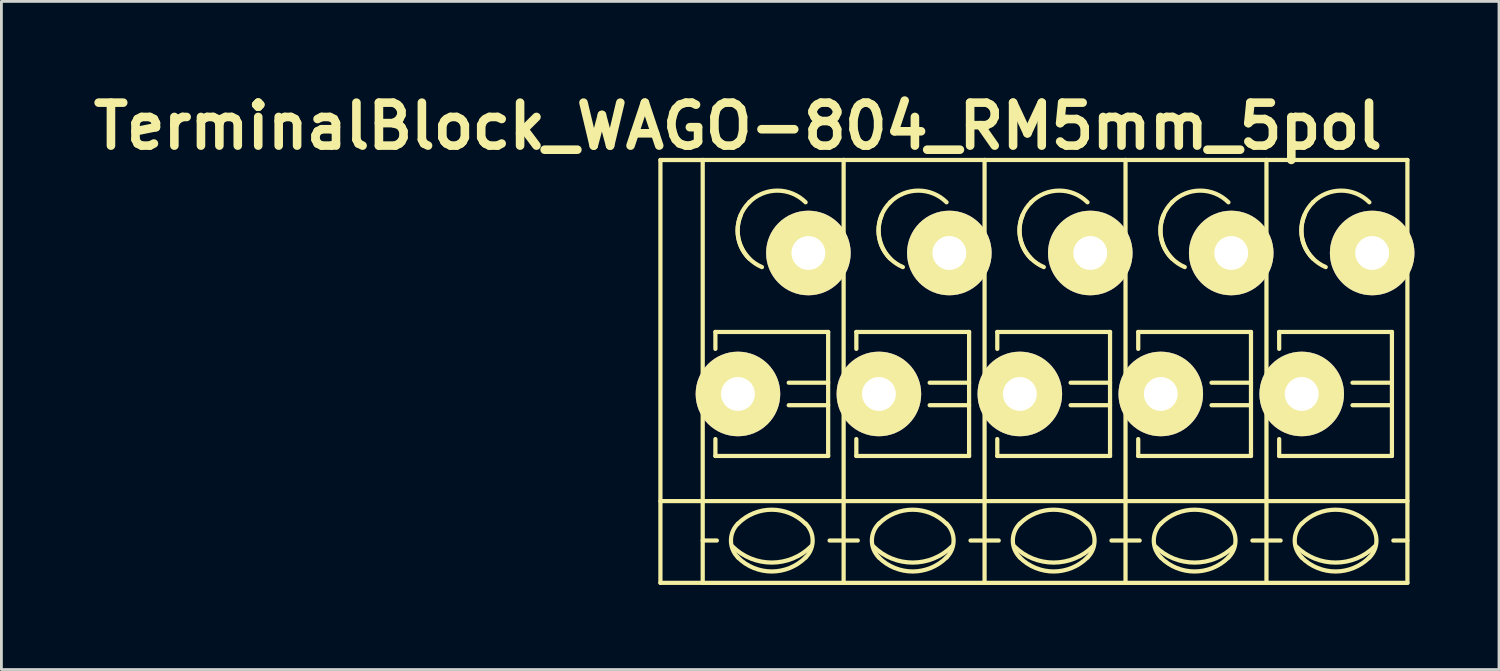
<source format=kicad_pcb>
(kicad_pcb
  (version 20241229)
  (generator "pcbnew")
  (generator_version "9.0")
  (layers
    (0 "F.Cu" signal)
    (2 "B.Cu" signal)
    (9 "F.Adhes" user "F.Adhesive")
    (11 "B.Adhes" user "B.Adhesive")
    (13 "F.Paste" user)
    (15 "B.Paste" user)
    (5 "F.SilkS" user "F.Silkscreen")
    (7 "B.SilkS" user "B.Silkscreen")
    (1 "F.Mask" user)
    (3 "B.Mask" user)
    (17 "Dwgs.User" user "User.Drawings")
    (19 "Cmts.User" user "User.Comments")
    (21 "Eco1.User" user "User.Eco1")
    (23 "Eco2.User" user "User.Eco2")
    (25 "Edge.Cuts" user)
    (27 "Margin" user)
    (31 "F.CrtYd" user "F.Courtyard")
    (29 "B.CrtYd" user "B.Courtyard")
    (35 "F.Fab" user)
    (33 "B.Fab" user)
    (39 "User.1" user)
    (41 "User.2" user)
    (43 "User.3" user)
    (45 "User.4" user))
  (footprint "TerminalBlock_WAGO-804_RM5mm_5pol"
    (layer "F.Cu")
    (at 23.129 10.926)
    (property "Reference" "TerminalBlock_WAGO-804_RM5mm_5pol" (at 0 -9.5 0) (layer "F.SilkS") (effects (font (size 1.524 1.524) (thickness 0.305))))
    (attr through_hole)
    (fp_line (start -2.75 -8.3) (end -1.25 -8.3) (stroke (width 0.15) (type solid)) (layer "F.SilkS"))
    (fp_line (start -2.75 6.7) (end -2.75 -8.3) (stroke (width 0.15) (type solid)) (layer "F.SilkS"))
    (fp_line (start -1.25 6.7) (end -2.75 6.7) (stroke (width 0.15) (type solid)) (layer "F.SilkS"))
    (fp_line (start -1.25 5.199) (end -0.749 5.199) (stroke (width 0.15) (type solid)) (layer "F.SilkS"))
    (fp_line (start -1.25 6.701) (end -1.25 -8.301) (stroke (width 0.15) (type solid)) (layer "F.SilkS"))
    (fp_line (start -0.8 -2.2) (end -0.8 -1.6) (stroke (width 0.15) (type solid)) (layer "F.SilkS"))
    (fp_line (start -0.8 -2.2) (end 3.2 -2.2) (stroke (width 0.15) (type solid)) (layer "F.SilkS"))
    (fp_line (start -0.8 2.2) (end -0.8 1.6) (stroke (width 0.15) (type solid)) (layer "F.SilkS"))
    (fp_line (start 3.2 -2.2) (end 3.2 2.2) (stroke (width 0.15) (type solid)) (layer "F.SilkS"))
    (fp_line (start 3.2 -0.399) (end 1.801 -0.399) (stroke (width 0.15) (type solid)) (layer "F.SilkS"))
    (fp_line (start 3.2 0.399) (end 1.801 0.399) (stroke (width 0.15) (type solid)) (layer "F.SilkS"))
    (fp_line (start 3.2 2.2) (end -0.8 2.2) (stroke (width 0.15) (type solid)) (layer "F.SilkS"))
    (fp_line (start 3.749 -8.301) (end -1.25 -8.301) (stroke (width 0.15) (type solid)) (layer "F.SilkS"))
    (fp_line (start 3.749 -8.301) (end 3.749 6.701) (stroke (width 0.15) (type solid)) (layer "F.SilkS"))
    (fp_line (start 3.749 5.199) (end 3.251 5.199) (stroke (width 0.15) (type solid)) (layer "F.SilkS"))
    (fp_line (start 3.749 6.701) (end -1.25 6.701) (stroke (width 0.15) (type solid)) (layer "F.SilkS"))
    (fp_line (start 3.75 3.8) (end -2.75 3.8) (stroke (width 0.15) (type solid)) (layer "F.SilkS"))
    (fp_line (start 3.75 3.8) (end 8.75 3.8) (stroke (width 0.15) (type solid)) (layer "F.SilkS"))
    (fp_line (start 3.75 5.199) (end 4.251 5.199) (stroke (width 0.15) (type solid)) (layer "F.SilkS"))
    (fp_line (start 4.2 -2.2) (end 4.2 -1.6) (stroke (width 0.15) (type solid)) (layer "F.SilkS"))
    (fp_line (start 4.2 -2.2) (end 8.2 -2.2) (stroke (width 0.15) (type solid)) (layer "F.SilkS"))
    (fp_line (start 4.2 2.2) (end 4.2 1.6) (stroke (width 0.15) (type solid)) (layer "F.SilkS"))
    (fp_line (start 8.2 -2.2) (end 8.2 2.2) (stroke (width 0.15) (type solid)) (layer "F.SilkS"))
    (fp_line (start 8.2 -0.399) (end 6.801 -0.399) (stroke (width 0.15) (type solid)) (layer "F.SilkS"))
    (fp_line (start 8.2 0.399) (end 6.801 0.399) (stroke (width 0.15) (type solid)) (layer "F.SilkS"))
    (fp_line (start 8.2 2.2) (end 4.2 2.2) (stroke (width 0.15) (type solid)) (layer "F.SilkS"))
    (fp_line (start 8.749 -8.301) (end 3.75 -8.301) (stroke (width 0.15) (type solid)) (layer "F.SilkS"))
    (fp_line (start 8.749 -8.301) (end 8.749 6.701) (stroke (width 0.15) (type solid)) (layer "F.SilkS"))
    (fp_line (start 8.749 5.199) (end 8.251 5.199) (stroke (width 0.15) (type solid)) (layer "F.SilkS"))
    (fp_line (start 8.749 6.701) (end 3.75 6.701) (stroke (width 0.15) (type solid)) (layer "F.SilkS"))
    (fp_line (start 8.75 3.8) (end 13.75 3.8) (stroke (width 0.15) (type solid)) (layer "F.SilkS"))
    (fp_line (start 8.75 5.199) (end 9.251 5.199) (stroke (width 0.15) (type solid)) (layer "F.SilkS"))
    (fp_line (start 9.2 -2.2) (end 9.2 -1.6) (stroke (width 0.15) (type solid)) (layer "F.SilkS"))
    (fp_line (start 9.2 -2.2) (end 13.2 -2.2) (stroke (width 0.15) (type solid)) (layer "F.SilkS"))
    (fp_line (start 9.2 2.2) (end 9.2 1.6) (stroke (width 0.15) (type solid)) (layer "F.SilkS"))
    (fp_line (start 13.2 -2.2) (end 13.2 2.2) (stroke (width 0.15) (type solid)) (layer "F.SilkS"))
    (fp_line (start 13.2 -0.399) (end 11.801 -0.399) (stroke (width 0.15) (type solid)) (layer "F.SilkS"))
    (fp_line (start 13.2 0.399) (end 11.801 0.399) (stroke (width 0.15) (type solid)) (layer "F.SilkS"))
    (fp_line (start 13.2 2.2) (end 9.2 2.2) (stroke (width 0.15) (type solid)) (layer "F.SilkS"))
    (fp_line (start 13.749 -8.301) (end 8.75 -8.301) (stroke (width 0.15) (type solid)) (layer "F.SilkS"))
    (fp_line (start 13.749 -8.301) (end 13.749 6.701) (stroke (width 0.15) (type solid)) (layer "F.SilkS"))
    (fp_line (start 13.749 5.199) (end 13.251 5.199) (stroke (width 0.15) (type solid)) (layer "F.SilkS"))
    (fp_line (start 13.749 6.701) (end 8.75 6.701) (stroke (width 0.15) (type solid)) (layer "F.SilkS"))
    (fp_line (start 13.75 3.8) (end 18.75 3.8) (stroke (width 0.15) (type solid)) (layer "F.SilkS"))
    (fp_line (start 13.75 5.199) (end 14.251 5.199) (stroke (width 0.15) (type solid)) (layer "F.SilkS"))
    (fp_line (start 14.2 -2.2) (end 14.2 -1.6) (stroke (width 0.15) (type solid)) (layer "F.SilkS"))
    (fp_line (start 14.2 -2.2) (end 18.2 -2.2) (stroke (width 0.15) (type solid)) (layer "F.SilkS"))
    (fp_line (start 14.2 2.2) (end 14.2 1.6) (stroke (width 0.15) (type solid)) (layer "F.SilkS"))
    (fp_line (start 18.2 -2.2) (end 18.2 2.2) (stroke (width 0.15) (type solid)) (layer "F.SilkS"))
    (fp_line (start 18.2 -0.399) (end 16.801 -0.399) (stroke (width 0.15) (type solid)) (layer "F.SilkS"))
    (fp_line (start 18.2 0.399) (end 16.801 0.399) (stroke (width 0.15) (type solid)) (layer "F.SilkS"))
    (fp_line (start 18.2 2.2) (end 14.2 2.2) (stroke (width 0.15) (type solid)) (layer "F.SilkS"))
    (fp_line (start 18.749 -8.301) (end 13.75 -8.301) (stroke (width 0.15) (type solid)) (layer "F.SilkS"))
    (fp_line (start 18.749 -8.301) (end 18.749 6.701) (stroke (width 0.15) (type solid)) (layer "F.SilkS"))
    (fp_line (start 18.749 5.199) (end 18.251 5.199) (stroke (width 0.15) (type solid)) (layer "F.SilkS"))
    (fp_line (start 18.749 6.701) (end 13.75 6.701) (stroke (width 0.15) (type solid)) (layer "F.SilkS"))
    (fp_line (start 18.75 3.8) (end 23.75 3.8) (stroke (width 0.15) (type solid)) (layer "F.SilkS"))
    (fp_line (start 18.75 5.199) (end 19.251 5.199) (stroke (width 0.15) (type solid)) (layer "F.SilkS"))
    (fp_line (start 19.2 -2.2) (end 19.2 -1.6) (stroke (width 0.15) (type solid)) (layer "F.SilkS"))
    (fp_line (start 19.2 -2.2) (end 23.2 -2.2) (stroke (width 0.15) (type solid)) (layer "F.SilkS"))
    (fp_line (start 19.2 2.2) (end 19.2 1.6) (stroke (width 0.15) (type solid)) (layer "F.SilkS"))
    (fp_line (start 23.2 -2.2) (end 23.2 2.2) (stroke (width 0.15) (type solid)) (layer "F.SilkS"))
    (fp_line (start 23.2 -0.399) (end 21.801 -0.399) (stroke (width 0.15) (type solid)) (layer "F.SilkS"))
    (fp_line (start 23.2 0.399) (end 21.801 0.399) (stroke (width 0.15) (type solid)) (layer "F.SilkS"))
    (fp_line (start 23.2 2.2) (end 19.2 2.2) (stroke (width 0.15) (type solid)) (layer "F.SilkS"))
    (fp_line (start 23.749 -8.301) (end 18.75 -8.301) (stroke (width 0.15) (type solid)) (layer "F.SilkS"))
    (fp_line (start 23.749 -8.301) (end 23.749 6.701) (stroke (width 0.15) (type solid)) (layer "F.SilkS"))
    (fp_line (start 23.749 5.199) (end 23.251 5.199) (stroke (width 0.15) (type solid)) (layer "F.SilkS"))
    (fp_line (start 23.749 6.701) (end 18.75 6.701) (stroke (width 0.15) (type solid)) (layer "F.SilkS"))
    (fp_arc (start 0 4.60248) (mid 1.19888 4.105888) (end 2.39776 4.60248) (stroke (width 0.15) (type solid)) (layer "F.SilkS"))
    (fp_arc (start 0 5.79882) (mid -0.248296 5.19938) (end 0 4.59994) (stroke (width 0.15) (type solid)) (layer "F.SilkS"))
    (fp_arc (start 0.39878 -6.79958) (mid 1.39954 -7.214108) (end 2.4003 -6.79958) (stroke (width 0.15) (type solid)) (layer "F.SilkS"))
    (fp_arc (start 0.39878 -4.8006) (mid -0.013952 -5.800616) (end 0.40132 -6.79958) (stroke (width 0.15) (type solid)) (layer "F.SilkS"))
    (fp_arc (start 0.8509 -4.50088) (mid 0.093811 -5.268985) (end 0.1016 -6.34746) (stroke (width 0.15) (type solid)) (layer "F.SilkS"))
    (fp_arc (start 2.4003 5.79882) (mid 1.200676 6.297208) (end 0 5.80136) (stroke (width 0.15) (type solid)) (layer "F.SilkS"))
    (fp_arc (start 2.40284 4.59994) (mid 2.650392 5.201176) (end 2.4003 5.80136) (stroke (width 0.15) (type solid)) (layer "F.SilkS"))
    (fp_arc (start 2.60096 5.40004) (mid 1.200676 5.981545) (end -0.20066 5.40258) (stroke (width 0.15) (type solid)) (layer "F.SilkS"))
    (fp_arc (start 5 4.60248) (mid 6.19888 4.105888) (end 7.39776 4.60248) (stroke (width 0.15) (type solid)) (layer "F.SilkS"))
    (fp_arc (start 5 5.79882) (mid 4.751704 5.19938) (end 5 4.59994) (stroke (width 0.15) (type solid)) (layer "F.SilkS"))
    (fp_arc (start 5.39878 -6.79958) (mid 6.39954 -7.214108) (end 7.4003 -6.79958) (stroke (width 0.15) (type solid)) (layer "F.SilkS"))
    (fp_arc (start 5.39878 -4.8006) (mid 4.986048 -5.800616) (end 5.40132 -6.79958) (stroke (width 0.15) (type solid)) (layer "F.SilkS"))
    (fp_arc (start 5.8509 -4.50088) (mid 5.093811 -5.268985) (end 5.1016 -6.34746) (stroke (width 0.15) (type solid)) (layer "F.SilkS"))
    (fp_arc (start 7.4003 5.79882) (mid 6.200676 6.297208) (end 5 5.80136) (stroke (width 0.15) (type solid)) (layer "F.SilkS"))
    (fp_arc (start 7.40284 4.59994) (mid 7.650392 5.201176) (end 7.4003 5.80136) (stroke (width 0.15) (type solid)) (layer "F.SilkS"))
    (fp_arc (start 7.60096 5.40004) (mid 6.200676 5.981545) (end 4.79934 5.40258) (stroke (width 0.15) (type solid)) (layer "F.SilkS"))
    (fp_arc (start 10 4.60248) (mid 11.19888 4.105888) (end 12.39776 4.60248) (stroke (width 0.15) (type solid)) (layer "F.SilkS"))
    (fp_arc (start 10 5.79882) (mid 9.751704 5.19938) (end 10 4.59994) (stroke (width 0.15) (type solid)) (layer "F.SilkS"))
    (fp_arc (start 10.39878 -6.79958) (mid 11.39954 -7.214108) (end 12.4003 -6.79958) (stroke (width 0.15) (type solid)) (layer "F.SilkS"))
    (fp_arc (start 10.39878 -4.8006) (mid 9.986048 -5.800616) (end 10.40132 -6.79958) (stroke (width 0.15) (type solid)) (layer "F.SilkS"))
    (fp_arc (start 10.8509 -4.50088) (mid 10.093811 -5.268985) (end 10.1016 -6.34746) (stroke (width 0.15) (type solid)) (layer "F.SilkS"))
    (fp_arc (start 12.4003 5.79882) (mid 11.200676 6.297208) (end 10 5.80136) (stroke (width 0.15) (type solid)) (layer "F.SilkS"))
    (fp_arc (start 12.40284 4.59994) (mid 12.650392 5.201176) (end 12.4003 5.80136) (stroke (width 0.15) (type solid)) (layer "F.SilkS"))
    (fp_arc (start 12.60096 5.40004) (mid 11.200676 5.981545) (end 9.79934 5.40258) (stroke (width 0.15) (type solid)) (layer "F.SilkS"))
    (fp_arc (start 15 4.60248) (mid 16.19888 4.105888) (end 17.39776 4.60248) (stroke (width 0.15) (type solid)) (layer "F.SilkS"))
    (fp_arc (start 15 5.79882) (mid 14.751704 5.19938) (end 15 4.59994) (stroke (width 0.15) (type solid)) (layer "F.SilkS"))
    (fp_arc (start 15.39878 -6.79958) (mid 16.39954 -7.214108) (end 17.4003 -6.79958) (stroke (width 0.15) (type solid)) (layer "F.SilkS"))
    (fp_arc (start 15.39878 -4.8006) (mid 14.986048 -5.800616) (end 15.40132 -6.79958) (stroke (width 0.15) (type solid)) (layer "F.SilkS"))
    (fp_arc (start 15.8509 -4.50088) (mid 15.093811 -5.268985) (end 15.1016 -6.34746) (stroke (width 0.15) (type solid)) (layer "F.SilkS"))
    (fp_arc (start 17.4003 5.79882) (mid 16.200676 6.297208) (end 15 5.80136) (stroke (width 0.15) (type solid)) (layer "F.SilkS"))
    (fp_arc (start 17.40284 4.59994) (mid 17.650392 5.201176) (end 17.4003 5.80136) (stroke (width 0.15) (type solid)) (layer "F.SilkS"))
    (fp_arc (start 17.60096 5.40004) (mid 16.200676 5.981545) (end 14.79934 5.40258) (stroke (width 0.15) (type solid)) (layer "F.SilkS"))
    (fp_arc (start 20 4.60248) (mid 21.19888 4.105888) (end 22.39776 4.60248) (stroke (width 0.15) (type solid)) (layer "F.SilkS"))
    (fp_arc (start 20 5.79882) (mid 19.751704 5.19938) (end 20 4.59994) (stroke (width 0.15) (type solid)) (layer "F.SilkS"))
    (fp_arc (start 20.39878 -6.79958) (mid 21.39954 -7.214108) (end 22.4003 -6.79958) (stroke (width 0.15) (type solid)) (layer "F.SilkS"))
    (fp_arc (start 20.39878 -4.8006) (mid 19.986048 -5.800616) (end 20.40132 -6.79958) (stroke (width 0.15) (type solid)) (layer "F.SilkS"))
    (fp_arc (start 20.8509 -4.50088) (mid 20.093811 -5.268985) (end 20.1016 -6.34746) (stroke (width 0.15) (type solid)) (layer "F.SilkS"))
    (fp_arc (start 22.4003 5.79882) (mid 21.200676 6.297208) (end 20 5.80136) (stroke (width 0.15) (type solid)) (layer "F.SilkS"))
    (fp_arc (start 22.40284 4.59994) (mid 22.650392 5.201176) (end 22.4003 5.80136) (stroke (width 0.15) (type solid)) (layer "F.SilkS"))
    (fp_arc (start 22.60096 5.40004) (mid 21.200676 5.981545) (end 19.79934 5.40258) (stroke (width 0.15) (type solid)) (layer "F.SilkS"))
    (pad "1" thru_hole circle (at 0 0) (size 3 3) (drill 1.2) (layers "*.Cu" "*.Mask" "F.SilkS"))
    (pad "1" thru_hole circle (at 2.499 -5.001) (size 3 3) (drill 1.2) (layers "*.Cu" "*.Mask" "F.SilkS"))
    (pad "2" thru_hole circle (at 5 0) (size 3 3) (drill 1.2) (layers "*.Cu" "*.Mask" "F.SilkS"))
    (pad "2" thru_hole circle (at 7.499 -5.001) (size 3 3) (drill 1.2) (layers "*.Cu" "*.Mask" "F.SilkS"))
    (pad "3" thru_hole circle (at 10 0) (size 3 3) (drill 1.2) (layers "*.Cu" "*.Mask" "F.SilkS"))
    (pad "3" thru_hole circle (at 12.499 -5.001) (size 3 3) (drill 1.2) (layers "*.Cu" "*.Mask" "F.SilkS"))
    (pad "4" thru_hole circle (at 15 0) (size 3 3) (drill 1.2) (layers "*.Cu" "*.Mask" "F.SilkS"))
    (pad "4" thru_hole circle (at 17.499 -5.001) (size 3 3) (drill 1.2) (layers "*.Cu" "*.Mask" "F.SilkS"))
    (pad "5" thru_hole circle (at 20 0) (size 3 3) (drill 1.2) (layers "*.Cu" "*.Mask" "F.SilkS"))
    (pad "5" thru_hole circle (at 22.499 -5.001) (size 3 3) (drill 1.2) (layers "*.Cu" "*.Mask" "F.SilkS")))
  (gr_rect
    (start -3 -3)
    (end 50.128 20.702)
    (stroke (width 0.1) (type default))
    (fill no)
    (layer "Edge.Cuts")))
</source>
